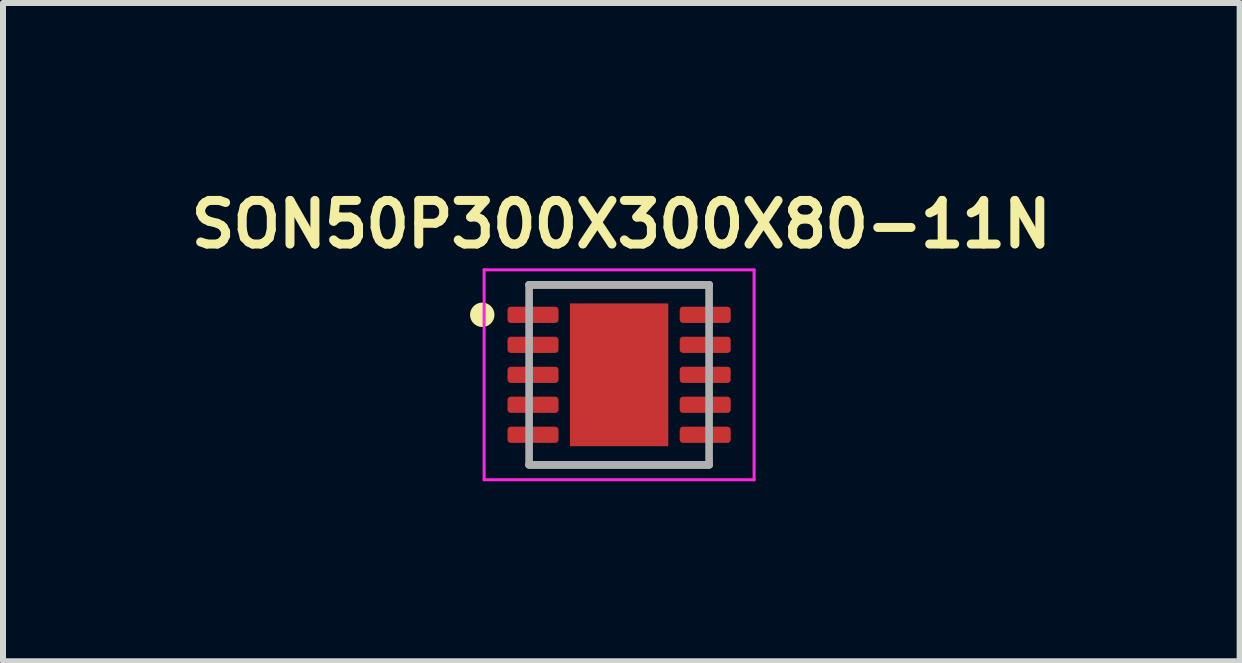
<source format=kicad_pcb>
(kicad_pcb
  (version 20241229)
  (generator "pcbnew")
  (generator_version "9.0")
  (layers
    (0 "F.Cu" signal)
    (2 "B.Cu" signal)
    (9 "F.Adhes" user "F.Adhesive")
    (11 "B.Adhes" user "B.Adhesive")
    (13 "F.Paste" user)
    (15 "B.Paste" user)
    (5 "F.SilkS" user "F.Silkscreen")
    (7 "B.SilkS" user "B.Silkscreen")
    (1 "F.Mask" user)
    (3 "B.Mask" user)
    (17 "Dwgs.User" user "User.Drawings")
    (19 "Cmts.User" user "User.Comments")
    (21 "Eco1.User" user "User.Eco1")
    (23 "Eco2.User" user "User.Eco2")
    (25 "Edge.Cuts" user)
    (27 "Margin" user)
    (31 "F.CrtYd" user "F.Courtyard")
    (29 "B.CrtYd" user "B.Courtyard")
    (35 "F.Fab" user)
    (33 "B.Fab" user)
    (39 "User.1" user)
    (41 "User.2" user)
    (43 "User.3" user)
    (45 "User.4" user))
  (footprint "SON50P300X300X80-11N"
    (layer "F.Cu")
    (at 7.269 3.197)
    (property "Reference" "SON50P300X300X80-11N" (at 0.036 -2.508 0) (layer "F.SilkS") (effects (font (size 0.727 0.727) (thickness 0.15))))
    (attr smd)
    (fp_line (start -1.5 -1.5) (end 1.5 -1.5) (stroke (width 0.127) (type solid)) (layer "F.SilkS"))
    (fp_line (start -1.5 1.5) (end 1.5 1.5) (stroke (width 0.127) (type solid)) (layer "F.SilkS"))
    (fp_circle (center -2.281 -1) (end -2.179 -1) (stroke (width 0.203) (type solid)) (fill no) (layer "F.SilkS"))
    (fp_poly (pts (xy -0.504 -0.752) (xy 0.5 -0.752) (xy 0.5 0.757) (xy -0.504 0.757)) (stroke (width 0.01) (type solid)) (fill yes) (layer "F.Paste"))
    (fp_line (start -2.25 -1.75) (end 2.25 -1.75) (stroke (width 0.05) (type solid)) (layer "F.CrtYd"))
    (fp_line (start -2.25 1.75) (end -2.25 -1.75) (stroke (width 0.05) (type solid)) (layer "F.CrtYd"))
    (fp_line (start 2.25 -1.75) (end 2.25 1.75) (stroke (width 0.05) (type solid)) (layer "F.CrtYd"))
    (fp_line (start 2.25 1.75) (end -2.25 1.75) (stroke (width 0.05) (type solid)) (layer "F.CrtYd"))
    (fp_line (start -1.5 -1.5) (end 1.5 -1.5) (stroke (width 0.127) (type solid)) (layer "F.Fab"))
    (fp_line (start -1.5 1.5) (end -1.5 -1.5) (stroke (width 0.127) (type solid)) (layer "F.Fab"))
    (fp_line (start 1.5 -1.5) (end 1.5 1.5) (stroke (width 0.127) (type solid)) (layer "F.Fab"))
    (fp_line (start 1.5 1.5) (end -1.5 1.5) (stroke (width 0.127) (type solid)) (layer "F.Fab"))
    (pad "1" smd roundrect (at -1.435 -1) (size 0.85 0.27) (layers "F.Cu" "F.Mask" "F.Paste") (roundrect_rratio 0.2))
    (pad "2" smd roundrect (at -1.435 -0.5) (size 0.85 0.27) (layers "F.Cu" "F.Mask" "F.Paste") (roundrect_rratio 0.2))
    (pad "3" smd roundrect (at -1.435 0) (size 0.85 0.27) (layers "F.Cu" "F.Mask" "F.Paste") (roundrect_rratio 0.2))
    (pad "4" smd roundrect (at -1.435 0.5) (size 0.85 0.27) (layers "F.Cu" "F.Mask" "F.Paste") (roundrect_rratio 0.2))
    (pad "5" smd roundrect (at -1.435 1) (size 0.85 0.27) (layers "F.Cu" "F.Mask" "F.Paste") (roundrect_rratio 0.2))
    (pad "6" smd roundrect (at 1.435 1) (size 0.85 0.27) (layers "F.Cu" "F.Mask" "F.Paste") (roundrect_rratio 0.2))
    (pad "7" smd roundrect (at 1.435 0.5) (size 0.85 0.27) (layers "F.Cu" "F.Mask" "F.Paste") (roundrect_rratio 0.2))
    (pad "8" smd roundrect (at 1.435 0) (size 0.85 0.27) (layers "F.Cu" "F.Mask" "F.Paste") (roundrect_rratio 0.2))
    (pad "9" smd roundrect (at 1.435 -0.5) (size 0.85 0.27) (layers "F.Cu" "F.Mask" "F.Paste") (roundrect_rratio 0.2))
    (pad "10" smd roundrect (at 1.435 -1) (size 0.85 0.27) (layers "F.Cu" "F.Mask" "F.Paste") (roundrect_rratio 0.2))
    (pad "11" smd rect (at 0 0) (size 1.64 2.38) (layers "F.Cu" "F.Mask")))
  (gr_rect
    (start -3 -3)
    (end 17.612 7.972)
    (stroke (width 0.1) (type default))
    (fill no)
    (layer "Edge.Cuts")))
</source>
